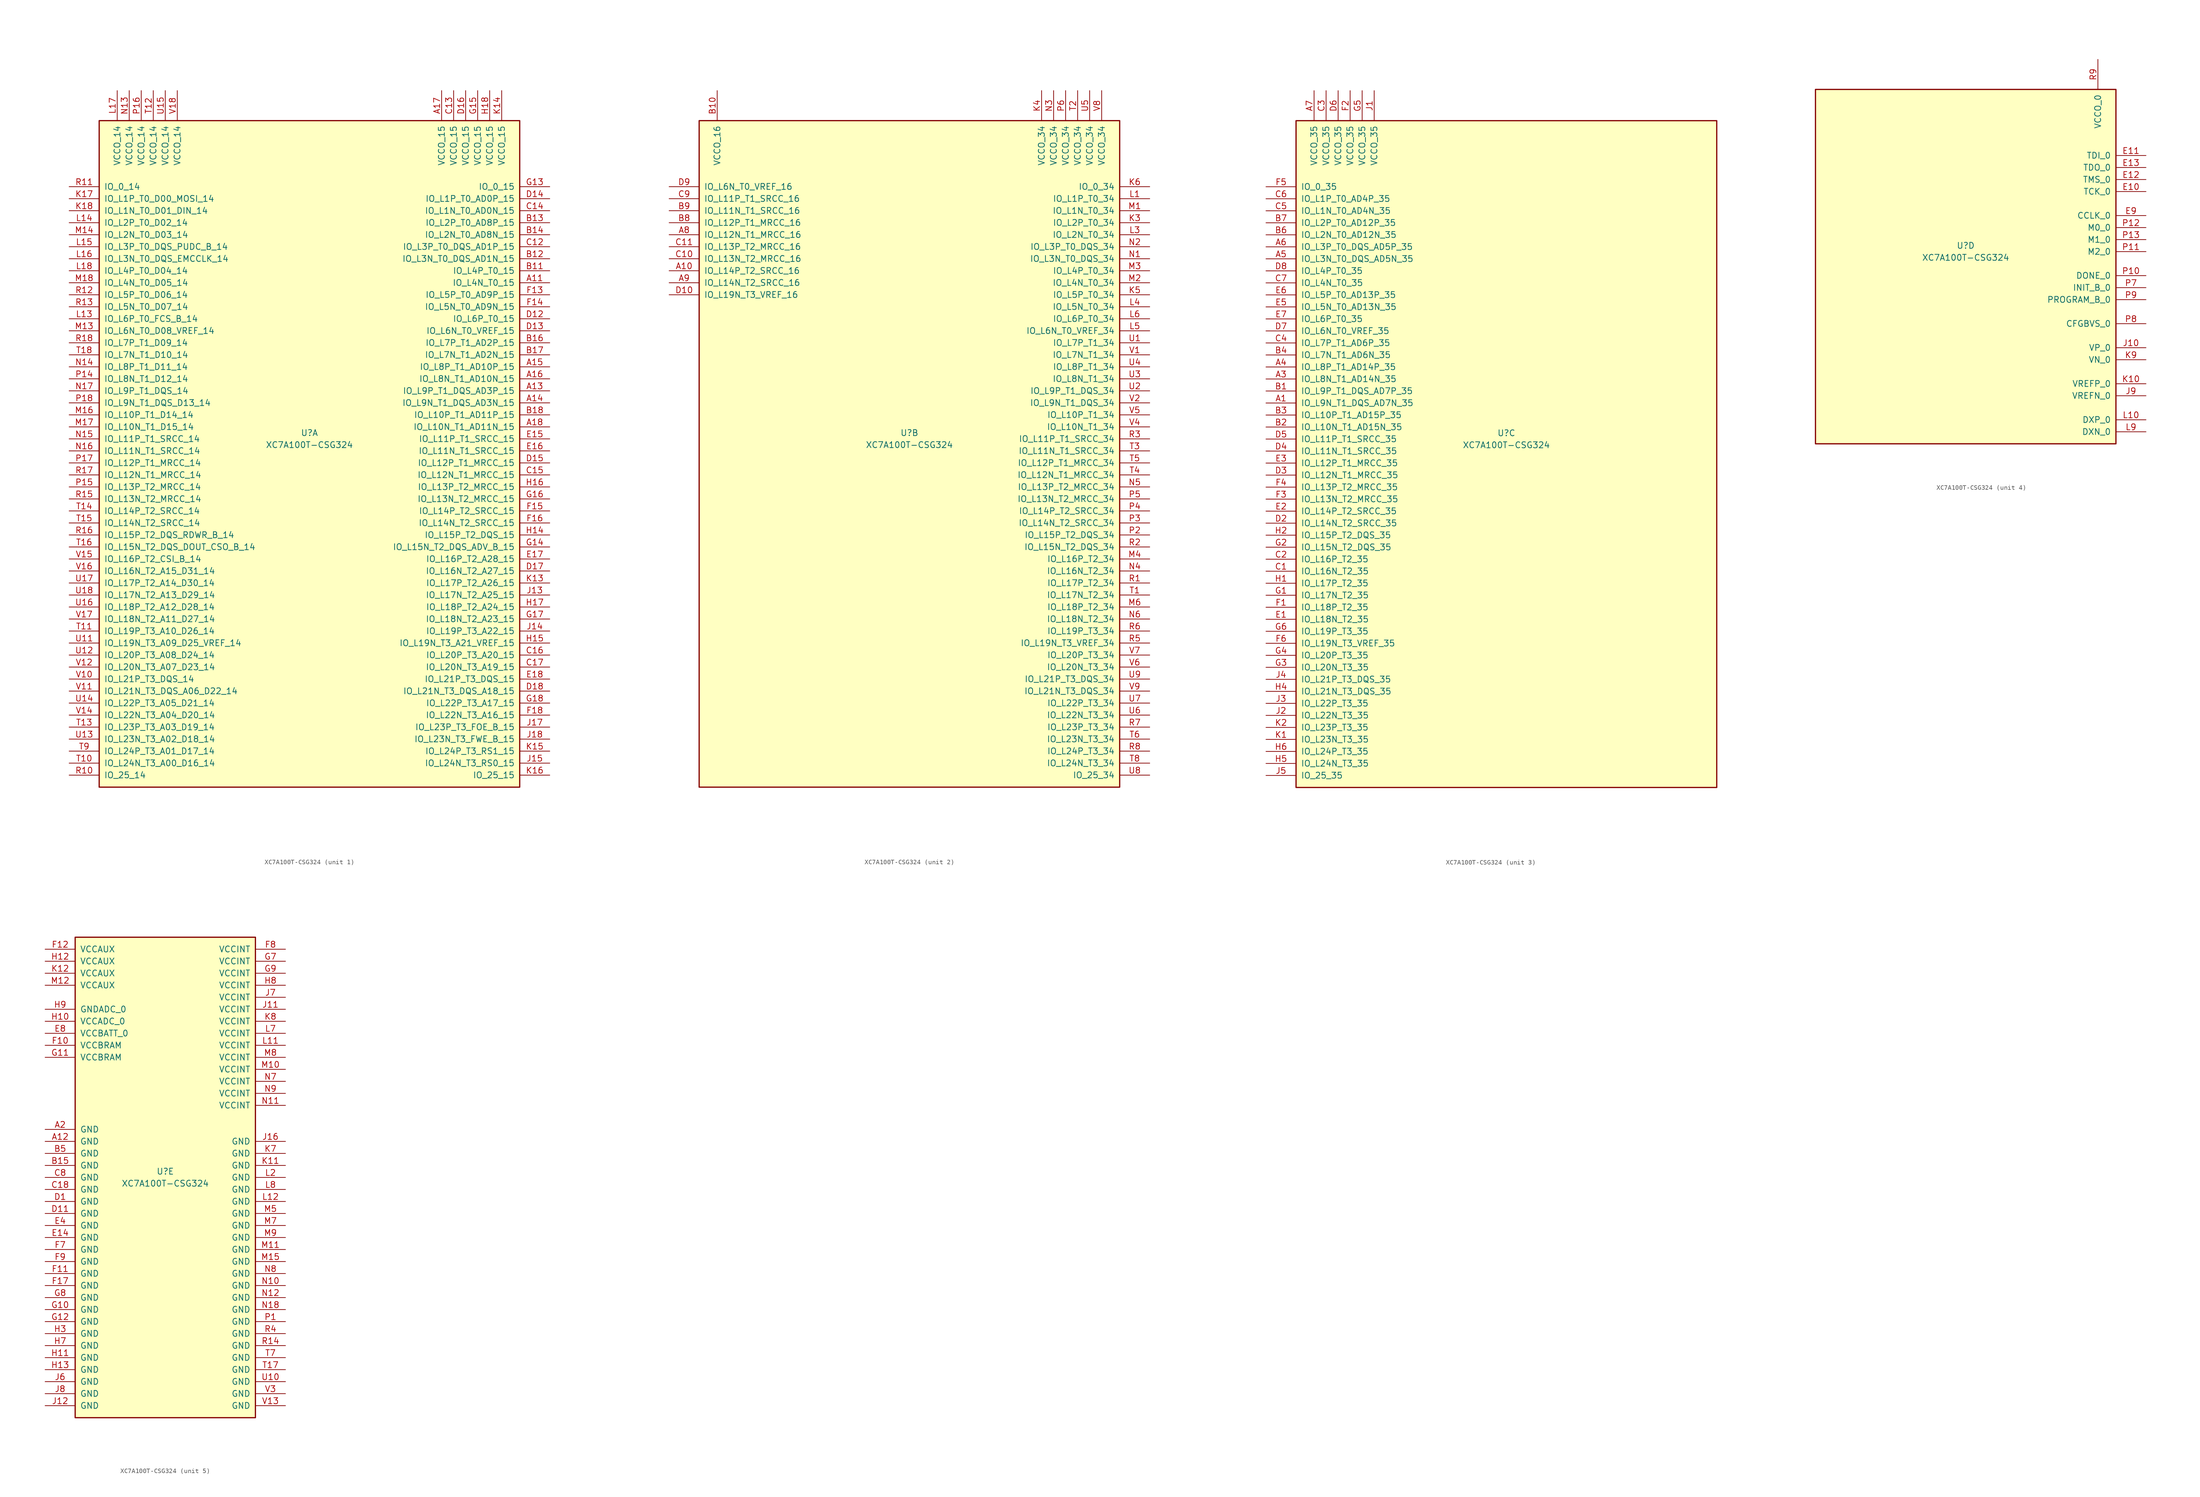
<source format=kicad_sym>
(kicad_symbol_lib
  (version 20201005)
  (generator kicad_symbol_editor)
  (symbol "FPGA_Xilinx_Artix7:XC7A100T-CSG324"
    (pin_names
      (offset 1.016))
    (property "Reference" "U"
      (at 0 1.27 0)
      (effects (font (size 1.27 1.27))))
    (property "Value" "XC7A100T-CSG324"
      (at 0 -1.27 0)
      (effects (font (size 1.27 1.27))))
    (property "Datasheet" ""
      (at 0 0 0)
      (effects (font (size 1.27 1.27))))
    (property "ki_locked" ""
      (at 0 0 0)
      (effects (font (size 1.27 1.27))))
    (symbol "XC7A100T-CSG324_1_1"
      (rectangle (start -44.45 67.31) (end 44.45 -73.66) (stroke (width 0.254)) (fill (type background)))
      (pin power_in line (at -40.64 73.66 270) (length 6.35) (name "VCCO_14" (effects (font (size 1.27 1.27)))) (number "L17" (effects (font (size 1.27 1.27)))))
      (pin power_in line (at -38.1 73.66 270) (length 6.35) (name "VCCO_14" (effects (font (size 1.27 1.27)))) (number "N13" (effects (font (size 1.27 1.27)))))
      (pin power_in line (at -35.56 73.66 270) (length 6.35) (name "VCCO_14" (effects (font (size 1.27 1.27)))) (number "P16" (effects (font (size 1.27 1.27)))))
      (pin power_in line (at -33.02 73.66 270) (length 6.35) (name "VCCO_14" (effects (font (size 1.27 1.27)))) (number "T12" (effects (font (size 1.27 1.27)))))
      (pin power_in line (at -30.48 73.66 270) (length 6.35) (name "VCCO_14" (effects (font (size 1.27 1.27)))) (number "U15" (effects (font (size 1.27 1.27)))))
      (pin power_in line (at -27.94 73.66 270) (length 6.35) (name "VCCO_14" (effects (font (size 1.27 1.27)))) (number "V18" (effects (font (size 1.27 1.27)))))
      (pin bidirectional line (at -50.8 53.34 0) (length 6.35) (name "IO_0_14" (effects (font (size 1.27 1.27)))) (number "R11" (effects (font (size 1.27 1.27)))))
      (pin bidirectional line (at -50.8 50.8 0) (length 6.35) (name "IO_L1P_T0_D00_MOSI_14" (effects (font (size 1.27 1.27)))) (number "K17" (effects (font (size 1.27 1.27)))))
      (pin bidirectional line (at -50.8 48.26 0) (length 6.35) (name "IO_L1N_T0_D01_DIN_14" (effects (font (size 1.27 1.27)))) (number "K18" (effects (font (size 1.27 1.27)))))
      (pin bidirectional line (at -50.8 45.72 0) (length 6.35) (name "IO_L2P_T0_D02_14" (effects (font (size 1.27 1.27)))) (number "L14" (effects (font (size 1.27 1.27)))))
      (pin bidirectional line (at -50.8 43.18 0) (length 6.35) (name "IO_L2N_T0_D03_14" (effects (font (size 1.27 1.27)))) (number "M14" (effects (font (size 1.27 1.27)))))
      (pin bidirectional line (at -50.8 40.64 0) (length 6.35) (name "IO_L3P_T0_DQS_PUDC_B_14" (effects (font (size 1.27 1.27)))) (number "L15" (effects (font (size 1.27 1.27)))))
      (pin bidirectional line (at -50.8 38.1 0) (length 6.35) (name "IO_L3N_T0_DQS_EMCCLK_14" (effects (font (size 1.27 1.27)))) (number "L16" (effects (font (size 1.27 1.27)))))
      (pin bidirectional line (at -50.8 35.56 0) (length 6.35) (name "IO_L4P_T0_D04_14" (effects (font (size 1.27 1.27)))) (number "L18" (effects (font (size 1.27 1.27)))))
      (pin bidirectional line (at -50.8 33.02 0) (length 6.35) (name "IO_L4N_T0_D05_14" (effects (font (size 1.27 1.27)))) (number "M18" (effects (font (size 1.27 1.27)))))
      (pin bidirectional line (at -50.8 30.48 0) (length 6.35) (name "IO_L5P_T0_D06_14" (effects (font (size 1.27 1.27)))) (number "R12" (effects (font (size 1.27 1.27)))))
      (pin bidirectional line (at -50.8 27.94 0) (length 6.35) (name "IO_L5N_T0_D07_14" (effects (font (size 1.27 1.27)))) (number "R13" (effects (font (size 1.27 1.27)))))
      (pin bidirectional line (at -50.8 25.4 0) (length 6.35) (name "IO_L6P_T0_FCS_B_14" (effects (font (size 1.27 1.27)))) (number "L13" (effects (font (size 1.27 1.27)))))
      (pin bidirectional line (at -50.8 22.86 0) (length 6.35) (name "IO_L6N_T0_D08_VREF_14" (effects (font (size 1.27 1.27)))) (number "M13" (effects (font (size 1.27 1.27)))))
      (pin bidirectional line (at -50.8 20.32 0) (length 6.35) (name "IO_L7P_T1_D09_14" (effects (font (size 1.27 1.27)))) (number "R18" (effects (font (size 1.27 1.27)))))
      (pin bidirectional line (at -50.8 17.78 0) (length 6.35) (name "IO_L7N_T1_D10_14" (effects (font (size 1.27 1.27)))) (number "T18" (effects (font (size 1.27 1.27)))))
      (pin bidirectional line (at -50.8 15.24 0) (length 6.35) (name "IO_L8P_T1_D11_14" (effects (font (size 1.27 1.27)))) (number "N14" (effects (font (size 1.27 1.27)))))
      (pin bidirectional line (at -50.8 12.7 0) (length 6.35) (name "IO_L8N_T1_D12_14" (effects (font (size 1.27 1.27)))) (number "P14" (effects (font (size 1.27 1.27)))))
      (pin bidirectional line (at -50.8 10.16 0) (length 6.35) (name "IO_L9P_T1_DQS_14" (effects (font (size 1.27 1.27)))) (number "N17" (effects (font (size 1.27 1.27)))))
      (pin bidirectional line (at -50.8 7.62 0) (length 6.35) (name "IO_L9N_T1_DQS_D13_14" (effects (font (size 1.27 1.27)))) (number "P18" (effects (font (size 1.27 1.27)))))
      (pin bidirectional line (at -50.8 5.08 0) (length 6.35) (name "IO_L10P_T1_D14_14" (effects (font (size 1.27 1.27)))) (number "M16" (effects (font (size 1.27 1.27)))))
      (pin bidirectional line (at -50.8 2.54 0) (length 6.35) (name "IO_L10N_T1_D15_14" (effects (font (size 1.27 1.27)))) (number "M17" (effects (font (size 1.27 1.27)))))
      (pin bidirectional line (at -50.8 0 0) (length 6.35) (name "IO_L11P_T1_SRCC_14" (effects (font (size 1.27 1.27)))) (number "N15" (effects (font (size 1.27 1.27)))))
      (pin bidirectional line (at -50.8 -2.54 0) (length 6.35) (name "IO_L11N_T1_SRCC_14" (effects (font (size 1.27 1.27)))) (number "N16" (effects (font (size 1.27 1.27)))))
      (pin bidirectional line (at -50.8 -5.08 0) (length 6.35) (name "IO_L12P_T1_MRCC_14" (effects (font (size 1.27 1.27)))) (number "P17" (effects (font (size 1.27 1.27)))))
      (pin bidirectional line (at -50.8 -7.62 0) (length 6.35) (name "IO_L12N_T1_MRCC_14" (effects (font (size 1.27 1.27)))) (number "R17" (effects (font (size 1.27 1.27)))))
      (pin bidirectional line (at -50.8 -10.16 0) (length 6.35) (name "IO_L13P_T2_MRCC_14" (effects (font (size 1.27 1.27)))) (number "P15" (effects (font (size 1.27 1.27)))))
      (pin bidirectional line (at -50.8 -12.7 0) (length 6.35) (name "IO_L13N_T2_MRCC_14" (effects (font (size 1.27 1.27)))) (number "R15" (effects (font (size 1.27 1.27)))))
      (pin bidirectional line (at -50.8 -15.24 0) (length 6.35) (name "IO_L14P_T2_SRCC_14" (effects (font (size 1.27 1.27)))) (number "T14" (effects (font (size 1.27 1.27)))))
      (pin bidirectional line (at -50.8 -17.78 0) (length 6.35) (name "IO_L14N_T2_SRCC_14" (effects (font (size 1.27 1.27)))) (number "T15" (effects (font (size 1.27 1.27)))))
      (pin bidirectional line (at -50.8 -20.32 0) (length 6.35) (name "IO_L15P_T2_DQS_RDWR_B_14" (effects (font (size 1.27 1.27)))) (number "R16" (effects (font (size 1.27 1.27)))))
      (pin bidirectional line (at -50.8 -22.86 0) (length 6.35) (name "IO_L15N_T2_DQS_DOUT_CSO_B_14" (effects (font (size 1.27 1.27)))) (number "T16" (effects (font (size 1.27 1.27)))))
      (pin bidirectional line (at -50.8 -25.4 0) (length 6.35) (name "IO_L16P_T2_CSI_B_14" (effects (font (size 1.27 1.27)))) (number "V15" (effects (font (size 1.27 1.27)))))
      (pin bidirectional line (at -50.8 -27.94 0) (length 6.35) (name "IO_L16N_T2_A15_D31_14" (effects (font (size 1.27 1.27)))) (number "V16" (effects (font (size 1.27 1.27)))))
      (pin bidirectional line (at -50.8 -30.48 0) (length 6.35) (name "IO_L17P_T2_A14_D30_14" (effects (font (size 1.27 1.27)))) (number "U17" (effects (font (size 1.27 1.27)))))
      (pin bidirectional line (at -50.8 -33.02 0) (length 6.35) (name "IO_L17N_T2_A13_D29_14" (effects (font (size 1.27 1.27)))) (number "U18" (effects (font (size 1.27 1.27)))))
      (pin bidirectional line (at -50.8 -35.56 0) (length 6.35) (name "IO_L18P_T2_A12_D28_14" (effects (font (size 1.27 1.27)))) (number "U16" (effects (font (size 1.27 1.27)))))
      (pin bidirectional line (at -50.8 -38.1 0) (length 6.35) (name "IO_L18N_T2_A11_D27_14" (effects (font (size 1.27 1.27)))) (number "V17" (effects (font (size 1.27 1.27)))))
      (pin bidirectional line (at -50.8 -40.64 0) (length 6.35) (name "IO_L19P_T3_A10_D26_14" (effects (font (size 1.27 1.27)))) (number "T11" (effects (font (size 1.27 1.27)))))
      (pin bidirectional line (at -50.8 -43.18 0) (length 6.35) (name "IO_L19N_T3_A09_D25_VREF_14" (effects (font (size 1.27 1.27)))) (number "U11" (effects (font (size 1.27 1.27)))))
      (pin bidirectional line (at -50.8 -45.72 0) (length 6.35) (name "IO_L20P_T3_A08_D24_14" (effects (font (size 1.27 1.27)))) (number "U12" (effects (font (size 1.27 1.27)))))
      (pin bidirectional line (at -50.8 -48.26 0) (length 6.35) (name "IO_L20N_T3_A07_D23_14" (effects (font (size 1.27 1.27)))) (number "V12" (effects (font (size 1.27 1.27)))))
      (pin bidirectional line (at -50.8 -50.8 0) (length 6.35) (name "IO_L21P_T3_DQS_14" (effects (font (size 1.27 1.27)))) (number "V10" (effects (font (size 1.27 1.27)))))
      (pin bidirectional line (at -50.8 -53.34 0) (length 6.35) (name "IO_L21N_T3_DQS_A06_D22_14" (effects (font (size 1.27 1.27)))) (number "V11" (effects (font (size 1.27 1.27)))))
      (pin bidirectional line (at -50.8 -55.88 0) (length 6.35) (name "IO_L22P_T3_A05_D21_14" (effects (font (size 1.27 1.27)))) (number "U14" (effects (font (size 1.27 1.27)))))
      (pin bidirectional line (at -50.8 -58.42 0) (length 6.35) (name "IO_L22N_T3_A04_D20_14" (effects (font (size 1.27 1.27)))) (number "V14" (effects (font (size 1.27 1.27)))))
      (pin bidirectional line (at -50.8 -60.96 0) (length 6.35) (name "IO_L23P_T3_A03_D19_14" (effects (font (size 1.27 1.27)))) (number "T13" (effects (font (size 1.27 1.27)))))
      (pin bidirectional line (at -50.8 -63.5 0) (length 6.35) (name "IO_L23N_T3_A02_D18_14" (effects (font (size 1.27 1.27)))) (number "U13" (effects (font (size 1.27 1.27)))))
      (pin bidirectional line (at -50.8 -66.04 0) (length 6.35) (name "IO_L24P_T3_A01_D17_14" (effects (font (size 1.27 1.27)))) (number "T9" (effects (font (size 1.27 1.27)))))
      (pin bidirectional line (at -50.8 -68.58 0) (length 6.35) (name "IO_L24N_T3_A00_D16_14" (effects (font (size 1.27 1.27)))) (number "T10" (effects (font (size 1.27 1.27)))))
      (pin bidirectional line (at -50.8 -71.12 0) (length 6.35) (name "IO_25_14" (effects (font (size 1.27 1.27)))) (number "R10" (effects (font (size 1.27 1.27)))))
      (pin power_in line (at 27.94 73.66 270) (length 6.35) (name "VCCO_15" (effects (font (size 1.27 1.27)))) (number "A17" (effects (font (size 1.27 1.27)))))
      (pin power_in line (at 30.48 73.66 270) (length 6.35) (name "VCCO_15" (effects (font (size 1.27 1.27)))) (number "C13" (effects (font (size 1.27 1.27)))))
      (pin power_in line (at 33.02 73.66 270) (length 6.35) (name "VCCO_15" (effects (font (size 1.27 1.27)))) (number "D16" (effects (font (size 1.27 1.27)))))
      (pin power_in line (at 35.56 73.66 270) (length 6.35) (name "VCCO_15" (effects (font (size 1.27 1.27)))) (number "G15" (effects (font (size 1.27 1.27)))))
      (pin power_in line (at 38.1 73.66 270) (length 6.35) (name "VCCO_15" (effects (font (size 1.27 1.27)))) (number "H18" (effects (font (size 1.27 1.27)))))
      (pin power_in line (at 40.64 73.66 270) (length 6.35) (name "VCCO_15" (effects (font (size 1.27 1.27)))) (number "K14" (effects (font (size 1.27 1.27)))))
      (pin bidirectional line (at 50.8 53.34 180) (length 6.35) (name "IO_0_15" (effects (font (size 1.27 1.27)))) (number "G13" (effects (font (size 1.27 1.27)))))
      (pin bidirectional line (at 50.8 50.8 180) (length 6.35) (name "IO_L1P_T0_AD0P_15" (effects (font (size 1.27 1.27)))) (number "D14" (effects (font (size 1.27 1.27)))))
      (pin bidirectional line (at 50.8 48.26 180) (length 6.35) (name "IO_L1N_T0_AD0N_15" (effects (font (size 1.27 1.27)))) (number "C14" (effects (font (size 1.27 1.27)))))
      (pin bidirectional line (at 50.8 45.72 180) (length 6.35) (name "IO_L2P_T0_AD8P_15" (effects (font (size 1.27 1.27)))) (number "B13" (effects (font (size 1.27 1.27)))))
      (pin bidirectional line (at 50.8 43.18 180) (length 6.35) (name "IO_L2N_T0_AD8N_15" (effects (font (size 1.27 1.27)))) (number "B14" (effects (font (size 1.27 1.27)))))
      (pin bidirectional line (at 50.8 40.64 180) (length 6.35) (name "IO_L3P_T0_DQS_AD1P_15" (effects (font (size 1.27 1.27)))) (number "C12" (effects (font (size 1.27 1.27)))))
      (pin bidirectional line (at 50.8 38.1 180) (length 6.35) (name "IO_L3N_T0_DQS_AD1N_15" (effects (font (size 1.27 1.27)))) (number "B12" (effects (font (size 1.27 1.27)))))
      (pin bidirectional line (at 50.8 35.56 180) (length 6.35) (name "IO_L4P_T0_15" (effects (font (size 1.27 1.27)))) (number "B11" (effects (font (size 1.27 1.27)))))
      (pin bidirectional line (at 50.8 33.02 180) (length 6.35) (name "IO_L4N_T0_15" (effects (font (size 1.27 1.27)))) (number "A11" (effects (font (size 1.27 1.27)))))
      (pin bidirectional line (at 50.8 30.48 180) (length 6.35) (name "IO_L5P_T0_AD9P_15" (effects (font (size 1.27 1.27)))) (number "F13" (effects (font (size 1.27 1.27)))))
      (pin bidirectional line (at 50.8 27.94 180) (length 6.35) (name "IO_L5N_T0_AD9N_15" (effects (font (size 1.27 1.27)))) (number "F14" (effects (font (size 1.27 1.27)))))
      (pin bidirectional line (at 50.8 25.4 180) (length 6.35) (name "IO_L6P_T0_15" (effects (font (size 1.27 1.27)))) (number "D12" (effects (font (size 1.27 1.27)))))
      (pin bidirectional line (at 50.8 22.86 180) (length 6.35) (name "IO_L6N_T0_VREF_15" (effects (font (size 1.27 1.27)))) (number "D13" (effects (font (size 1.27 1.27)))))
      (pin bidirectional line (at 50.8 20.32 180) (length 6.35) (name "IO_L7P_T1_AD2P_15" (effects (font (size 1.27 1.27)))) (number "B16" (effects (font (size 1.27 1.27)))))
      (pin bidirectional line (at 50.8 17.78 180) (length 6.35) (name "IO_L7N_T1_AD2N_15" (effects (font (size 1.27 1.27)))) (number "B17" (effects (font (size 1.27 1.27)))))
      (pin bidirectional line (at 50.8 15.24 180) (length 6.35) (name "IO_L8P_T1_AD10P_15" (effects (font (size 1.27 1.27)))) (number "A15" (effects (font (size 1.27 1.27)))))
      (pin bidirectional line (at 50.8 12.7 180) (length 6.35) (name "IO_L8N_T1_AD10N_15" (effects (font (size 1.27 1.27)))) (number "A16" (effects (font (size 1.27 1.27)))))
      (pin bidirectional line (at 50.8 10.16 180) (length 6.35) (name "IO_L9P_T1_DQS_AD3P_15" (effects (font (size 1.27 1.27)))) (number "A13" (effects (font (size 1.27 1.27)))))
      (pin bidirectional line (at 50.8 7.62 180) (length 6.35) (name "IO_L9N_T1_DQS_AD3N_15" (effects (font (size 1.27 1.27)))) (number "A14" (effects (font (size 1.27 1.27)))))
      (pin bidirectional line (at 50.8 5.08 180) (length 6.35) (name "IO_L10P_T1_AD11P_15" (effects (font (size 1.27 1.27)))) (number "B18" (effects (font (size 1.27 1.27)))))
      (pin bidirectional line (at 50.8 2.54 180) (length 6.35) (name "IO_L10N_T1_AD11N_15" (effects (font (size 1.27 1.27)))) (number "A18" (effects (font (size 1.27 1.27)))))
      (pin bidirectional line (at 50.8 0 180) (length 6.35) (name "IO_L11P_T1_SRCC_15" (effects (font (size 1.27 1.27)))) (number "E15" (effects (font (size 1.27 1.27)))))
      (pin bidirectional line (at 50.8 -2.54 180) (length 6.35) (name "IO_L11N_T1_SRCC_15" (effects (font (size 1.27 1.27)))) (number "E16" (effects (font (size 1.27 1.27)))))
      (pin bidirectional line (at 50.8 -5.08 180) (length 6.35) (name "IO_L12P_T1_MRCC_15" (effects (font (size 1.27 1.27)))) (number "D15" (effects (font (size 1.27 1.27)))))
      (pin bidirectional line (at 50.8 -7.62 180) (length 6.35) (name "IO_L12N_T1_MRCC_15" (effects (font (size 1.27 1.27)))) (number "C15" (effects (font (size 1.27 1.27)))))
      (pin bidirectional line (at 50.8 -10.16 180) (length 6.35) (name "IO_L13P_T2_MRCC_15" (effects (font (size 1.27 1.27)))) (number "H16" (effects (font (size 1.27 1.27)))))
      (pin bidirectional line (at 50.8 -12.7 180) (length 6.35) (name "IO_L13N_T2_MRCC_15" (effects (font (size 1.27 1.27)))) (number "G16" (effects (font (size 1.27 1.27)))))
      (pin bidirectional line (at 50.8 -15.24 180) (length 6.35) (name "IO_L14P_T2_SRCC_15" (effects (font (size 1.27 1.27)))) (number "F15" (effects (font (size 1.27 1.27)))))
      (pin bidirectional line (at 50.8 -17.78 180) (length 6.35) (name "IO_L14N_T2_SRCC_15" (effects (font (size 1.27 1.27)))) (number "F16" (effects (font (size 1.27 1.27)))))
      (pin bidirectional line (at 50.8 -20.32 180) (length 6.35) (name "IO_L15P_T2_DQS_15" (effects (font (size 1.27 1.27)))) (number "H14" (effects (font (size 1.27 1.27)))))
      (pin bidirectional line (at 50.8 -22.86 180) (length 6.35) (name "IO_L15N_T2_DQS_ADV_B_15" (effects (font (size 1.27 1.27)))) (number "G14" (effects (font (size 1.27 1.27)))))
      (pin bidirectional line (at 50.8 -25.4 180) (length 6.35) (name "IO_L16P_T2_A28_15" (effects (font (size 1.27 1.27)))) (number "E17" (effects (font (size 1.27 1.27)))))
      (pin bidirectional line (at 50.8 -27.94 180) (length 6.35) (name "IO_L16N_T2_A27_15" (effects (font (size 1.27 1.27)))) (number "D17" (effects (font (size 1.27 1.27)))))
      (pin bidirectional line (at 50.8 -30.48 180) (length 6.35) (name "IO_L17P_T2_A26_15" (effects (font (size 1.27 1.27)))) (number "K13" (effects (font (size 1.27 1.27)))))
      (pin bidirectional line (at 50.8 -33.02 180) (length 6.35) (name "IO_L17N_T2_A25_15" (effects (font (size 1.27 1.27)))) (number "J13" (effects (font (size 1.27 1.27)))))
      (pin bidirectional line (at 50.8 -35.56 180) (length 6.35) (name "IO_L18P_T2_A24_15" (effects (font (size 1.27 1.27)))) (number "H17" (effects (font (size 1.27 1.27)))))
      (pin bidirectional line (at 50.8 -38.1 180) (length 6.35) (name "IO_L18N_T2_A23_15" (effects (font (size 1.27 1.27)))) (number "G17" (effects (font (size 1.27 1.27)))))
      (pin bidirectional line (at 50.8 -40.64 180) (length 6.35) (name "IO_L19P_T3_A22_15" (effects (font (size 1.27 1.27)))) (number "J14" (effects (font (size 1.27 1.27)))))
      (pin bidirectional line (at 50.8 -43.18 180) (length 6.35) (name "IO_L19N_T3_A21_VREF_15" (effects (font (size 1.27 1.27)))) (number "H15" (effects (font (size 1.27 1.27)))))
      (pin bidirectional line (at 50.8 -45.72 180) (length 6.35) (name "IO_L20P_T3_A20_15" (effects (font (size 1.27 1.27)))) (number "C16" (effects (font (size 1.27 1.27)))))
      (pin bidirectional line (at 50.8 -48.26 180) (length 6.35) (name "IO_L20N_T3_A19_15" (effects (font (size 1.27 1.27)))) (number "C17" (effects (font (size 1.27 1.27)))))
      (pin bidirectional line (at 50.8 -50.8 180) (length 6.35) (name "IO_L21P_T3_DQS_15" (effects (font (size 1.27 1.27)))) (number "E18" (effects (font (size 1.27 1.27)))))
      (pin bidirectional line (at 50.8 -53.34 180) (length 6.35) (name "IO_L21N_T3_DQS_A18_15" (effects (font (size 1.27 1.27)))) (number "D18" (effects (font (size 1.27 1.27)))))
      (pin bidirectional line (at 50.8 -55.88 180) (length 6.35) (name "IO_L22P_T3_A17_15" (effects (font (size 1.27 1.27)))) (number "G18" (effects (font (size 1.27 1.27)))))
      (pin bidirectional line (at 50.8 -58.42 180) (length 6.35) (name "IO_L22N_T3_A16_15" (effects (font (size 1.27 1.27)))) (number "F18" (effects (font (size 1.27 1.27)))))
      (pin bidirectional line (at 50.8 -60.96 180) (length 6.35) (name "IO_L23P_T3_FOE_B_15" (effects (font (size 1.27 1.27)))) (number "J17" (effects (font (size 1.27 1.27)))))
      (pin bidirectional line (at 50.8 -63.5 180) (length 6.35) (name "IO_L23N_T3_FWE_B_15" (effects (font (size 1.27 1.27)))) (number "J18" (effects (font (size 1.27 1.27)))))
      (pin bidirectional line (at 50.8 -66.04 180) (length 6.35) (name "IO_L24P_T3_RS1_15" (effects (font (size 1.27 1.27)))) (number "K15" (effects (font (size 1.27 1.27)))))
      (pin bidirectional line (at 50.8 -68.58 180) (length 6.35) (name "IO_L24N_T3_RS0_15" (effects (font (size 1.27 1.27)))) (number "J15" (effects (font (size 1.27 1.27)))))
      (pin bidirectional line (at 50.8 -71.12 180) (length 6.35) (name "IO_25_15" (effects (font (size 1.27 1.27)))) (number "K16" (effects (font (size 1.27 1.27))))))
    (symbol "XC7A100T-CSG324_2_1"
      (rectangle (start -44.45 67.31) (end 44.45 -73.66) (stroke (width 0.254)) (fill (type background)))
      (pin power_in line (at -40.64 73.66 270) (length 6.35) (name "VCCO_16" (effects (font (size 1.27 1.27)))) (number "B10" (effects (font (size 1.27 1.27)))))
      (pin bidirectional line (at -50.8 53.34 0) (length 6.35) (name "IO_L6N_T0_VREF_16" (effects (font (size 1.27 1.27)))) (number "D9" (effects (font (size 1.27 1.27)))))
      (pin bidirectional line (at -50.8 50.8 0) (length 6.35) (name "IO_L11P_T1_SRCC_16" (effects (font (size 1.27 1.27)))) (number "C9" (effects (font (size 1.27 1.27)))))
      (pin bidirectional line (at -50.8 48.26 0) (length 6.35) (name "IO_L11N_T1_SRCC_16" (effects (font (size 1.27 1.27)))) (number "B9" (effects (font (size 1.27 1.27)))))
      (pin bidirectional line (at -50.8 45.72 0) (length 6.35) (name "IO_L12P_T1_MRCC_16" (effects (font (size 1.27 1.27)))) (number "B8" (effects (font (size 1.27 1.27)))))
      (pin bidirectional line (at -50.8 43.18 0) (length 6.35) (name "IO_L12N_T1_MRCC_16" (effects (font (size 1.27 1.27)))) (number "A8" (effects (font (size 1.27 1.27)))))
      (pin bidirectional line (at -50.8 40.64 0) (length 6.35) (name "IO_L13P_T2_MRCC_16" (effects (font (size 1.27 1.27)))) (number "C11" (effects (font (size 1.27 1.27)))))
      (pin bidirectional line (at -50.8 38.1 0) (length 6.35) (name "IO_L13N_T2_MRCC_16" (effects (font (size 1.27 1.27)))) (number "C10" (effects (font (size 1.27 1.27)))))
      (pin bidirectional line (at -50.8 35.56 0) (length 6.35) (name "IO_L14P_T2_SRCC_16" (effects (font (size 1.27 1.27)))) (number "A10" (effects (font (size 1.27 1.27)))))
      (pin bidirectional line (at -50.8 33.02 0) (length 6.35) (name "IO_L14N_T2_SRCC_16" (effects (font (size 1.27 1.27)))) (number "A9" (effects (font (size 1.27 1.27)))))
      (pin bidirectional line (at -50.8 30.48 0) (length 6.35) (name "IO_L19N_T3_VREF_16" (effects (font (size 1.27 1.27)))) (number "D10" (effects (font (size 1.27 1.27)))))
      (pin power_in line (at 27.94 73.66 270) (length 6.35) (name "VCCO_34" (effects (font (size 1.27 1.27)))) (number "K4" (effects (font (size 1.27 1.27)))))
      (pin power_in line (at 30.48 73.66 270) (length 6.35) (name "VCCO_34" (effects (font (size 1.27 1.27)))) (number "N3" (effects (font (size 1.27 1.27)))))
      (pin power_in line (at 33.02 73.66 270) (length 6.35) (name "VCCO_34" (effects (font (size 1.27 1.27)))) (number "P6" (effects (font (size 1.27 1.27)))))
      (pin power_in line (at 35.56 73.66 270) (length 6.35) (name "VCCO_34" (effects (font (size 1.27 1.27)))) (number "T2" (effects (font (size 1.27 1.27)))))
      (pin power_in line (at 38.1 73.66 270) (length 6.35) (name "VCCO_34" (effects (font (size 1.27 1.27)))) (number "U5" (effects (font (size 1.27 1.27)))))
      (pin power_in line (at 40.64 73.66 270) (length 6.35) (name "VCCO_34" (effects (font (size 1.27 1.27)))) (number "V8" (effects (font (size 1.27 1.27)))))
      (pin bidirectional line (at 50.8 53.34 180) (length 6.35) (name "IO_0_34" (effects (font (size 1.27 1.27)))) (number "K6" (effects (font (size 1.27 1.27)))))
      (pin bidirectional line (at 50.8 50.8 180) (length 6.35) (name "IO_L1P_T0_34" (effects (font (size 1.27 1.27)))) (number "L1" (effects (font (size 1.27 1.27)))))
      (pin bidirectional line (at 50.8 48.26 180) (length 6.35) (name "IO_L1N_T0_34" (effects (font (size 1.27 1.27)))) (number "M1" (effects (font (size 1.27 1.27)))))
      (pin bidirectional line (at 50.8 45.72 180) (length 6.35) (name "IO_L2P_T0_34" (effects (font (size 1.27 1.27)))) (number "K3" (effects (font (size 1.27 1.27)))))
      (pin bidirectional line (at 50.8 43.18 180) (length 6.35) (name "IO_L2N_T0_34" (effects (font (size 1.27 1.27)))) (number "L3" (effects (font (size 1.27 1.27)))))
      (pin bidirectional line (at 50.8 40.64 180) (length 6.35) (name "IO_L3P_T0_DQS_34" (effects (font (size 1.27 1.27)))) (number "N2" (effects (font (size 1.27 1.27)))))
      (pin bidirectional line (at 50.8 38.1 180) (length 6.35) (name "IO_L3N_T0_DQS_34" (effects (font (size 1.27 1.27)))) (number "N1" (effects (font (size 1.27 1.27)))))
      (pin bidirectional line (at 50.8 35.56 180) (length 6.35) (name "IO_L4P_T0_34" (effects (font (size 1.27 1.27)))) (number "M3" (effects (font (size 1.27 1.27)))))
      (pin bidirectional line (at 50.8 33.02 180) (length 6.35) (name "IO_L4N_T0_34" (effects (font (size 1.27 1.27)))) (number "M2" (effects (font (size 1.27 1.27)))))
      (pin bidirectional line (at 50.8 30.48 180) (length 6.35) (name "IO_L5P_T0_34" (effects (font (size 1.27 1.27)))) (number "K5" (effects (font (size 1.27 1.27)))))
      (pin bidirectional line (at 50.8 27.94 180) (length 6.35) (name "IO_L5N_T0_34" (effects (font (size 1.27 1.27)))) (number "L4" (effects (font (size 1.27 1.27)))))
      (pin bidirectional line (at 50.8 25.4 180) (length 6.35) (name "IO_L6P_T0_34" (effects (font (size 1.27 1.27)))) (number "L6" (effects (font (size 1.27 1.27)))))
      (pin bidirectional line (at 50.8 22.86 180) (length 6.35) (name "IO_L6N_T0_VREF_34" (effects (font (size 1.27 1.27)))) (number "L5" (effects (font (size 1.27 1.27)))))
      (pin bidirectional line (at 50.8 20.32 180) (length 6.35) (name "IO_L7P_T1_34" (effects (font (size 1.27 1.27)))) (number "U1" (effects (font (size 1.27 1.27)))))
      (pin bidirectional line (at 50.8 17.78 180) (length 6.35) (name "IO_L7N_T1_34" (effects (font (size 1.27 1.27)))) (number "V1" (effects (font (size 1.27 1.27)))))
      (pin bidirectional line (at 50.8 15.24 180) (length 6.35) (name "IO_L8P_T1_34" (effects (font (size 1.27 1.27)))) (number "U4" (effects (font (size 1.27 1.27)))))
      (pin bidirectional line (at 50.8 12.7 180) (length 6.35) (name "IO_L8N_T1_34" (effects (font (size 1.27 1.27)))) (number "U3" (effects (font (size 1.27 1.27)))))
      (pin bidirectional line (at 50.8 10.16 180) (length 6.35) (name "IO_L9P_T1_DQS_34" (effects (font (size 1.27 1.27)))) (number "U2" (effects (font (size 1.27 1.27)))))
      (pin bidirectional line (at 50.8 7.62 180) (length 6.35) (name "IO_L9N_T1_DQS_34" (effects (font (size 1.27 1.27)))) (number "V2" (effects (font (size 1.27 1.27)))))
      (pin bidirectional line (at 50.8 5.08 180) (length 6.35) (name "IO_L10P_T1_34" (effects (font (size 1.27 1.27)))) (number "V5" (effects (font (size 1.27 1.27)))))
      (pin bidirectional line (at 50.8 2.54 180) (length 6.35) (name "IO_L10N_T1_34" (effects (font (size 1.27 1.27)))) (number "V4" (effects (font (size 1.27 1.27)))))
      (pin bidirectional line (at 50.8 0 180) (length 6.35) (name "IO_L11P_T1_SRCC_34" (effects (font (size 1.27 1.27)))) (number "R3" (effects (font (size 1.27 1.27)))))
      (pin bidirectional line (at 50.8 -2.54 180) (length 6.35) (name "IO_L11N_T1_SRCC_34" (effects (font (size 1.27 1.27)))) (number "T3" (effects (font (size 1.27 1.27)))))
      (pin bidirectional line (at 50.8 -5.08 180) (length 6.35) (name "IO_L12P_T1_MRCC_34" (effects (font (size 1.27 1.27)))) (number "T5" (effects (font (size 1.27 1.27)))))
      (pin bidirectional line (at 50.8 -7.62 180) (length 6.35) (name "IO_L12N_T1_MRCC_34" (effects (font (size 1.27 1.27)))) (number "T4" (effects (font (size 1.27 1.27)))))
      (pin bidirectional line (at 50.8 -10.16 180) (length 6.35) (name "IO_L13P_T2_MRCC_34" (effects (font (size 1.27 1.27)))) (number "N5" (effects (font (size 1.27 1.27)))))
      (pin bidirectional line (at 50.8 -12.7 180) (length 6.35) (name "IO_L13N_T2_MRCC_34" (effects (font (size 1.27 1.27)))) (number "P5" (effects (font (size 1.27 1.27)))))
      (pin bidirectional line (at 50.8 -15.24 180) (length 6.35) (name "IO_L14P_T2_SRCC_34" (effects (font (size 1.27 1.27)))) (number "P4" (effects (font (size 1.27 1.27)))))
      (pin bidirectional line (at 50.8 -17.78 180) (length 6.35) (name "IO_L14N_T2_SRCC_34" (effects (font (size 1.27 1.27)))) (number "P3" (effects (font (size 1.27 1.27)))))
      (pin bidirectional line (at 50.8 -20.32 180) (length 6.35) (name "IO_L15P_T2_DQS_34" (effects (font (size 1.27 1.27)))) (number "P2" (effects (font (size 1.27 1.27)))))
      (pin bidirectional line (at 50.8 -22.86 180) (length 6.35) (name "IO_L15N_T2_DQS_34" (effects (font (size 1.27 1.27)))) (number "R2" (effects (font (size 1.27 1.27)))))
      (pin bidirectional line (at 50.8 -25.4 180) (length 6.35) (name "IO_L16P_T2_34" (effects (font (size 1.27 1.27)))) (number "M4" (effects (font (size 1.27 1.27)))))
      (pin bidirectional line (at 50.8 -27.94 180) (length 6.35) (name "IO_L16N_T2_34" (effects (font (size 1.27 1.27)))) (number "N4" (effects (font (size 1.27 1.27)))))
      (pin bidirectional line (at 50.8 -30.48 180) (length 6.35) (name "IO_L17P_T2_34" (effects (font (size 1.27 1.27)))) (number "R1" (effects (font (size 1.27 1.27)))))
      (pin bidirectional line (at 50.8 -33.02 180) (length 6.35) (name "IO_L17N_T2_34" (effects (font (size 1.27 1.27)))) (number "T1" (effects (font (size 1.27 1.27)))))
      (pin bidirectional line (at 50.8 -35.56 180) (length 6.35) (name "IO_L18P_T2_34" (effects (font (size 1.27 1.27)))) (number "M6" (effects (font (size 1.27 1.27)))))
      (pin bidirectional line (at 50.8 -38.1 180) (length 6.35) (name "IO_L18N_T2_34" (effects (font (size 1.27 1.27)))) (number "N6" (effects (font (size 1.27 1.27)))))
      (pin bidirectional line (at 50.8 -40.64 180) (length 6.35) (name "IO_L19P_T3_34" (effects (font (size 1.27 1.27)))) (number "R6" (effects (font (size 1.27 1.27)))))
      (pin bidirectional line (at 50.8 -43.18 180) (length 6.35) (name "IO_L19N_T3_VREF_34" (effects (font (size 1.27 1.27)))) (number "R5" (effects (font (size 1.27 1.27)))))
      (pin bidirectional line (at 50.8 -45.72 180) (length 6.35) (name "IO_L20P_T3_34" (effects (font (size 1.27 1.27)))) (number "V7" (effects (font (size 1.27 1.27)))))
      (pin bidirectional line (at 50.8 -48.26 180) (length 6.35) (name "IO_L20N_T3_34" (effects (font (size 1.27 1.27)))) (number "V6" (effects (font (size 1.27 1.27)))))
      (pin bidirectional line (at 50.8 -50.8 180) (length 6.35) (name "IO_L21P_T3_DQS_34" (effects (font (size 1.27 1.27)))) (number "U9" (effects (font (size 1.27 1.27)))))
      (pin bidirectional line (at 50.8 -53.34 180) (length 6.35) (name "IO_L21N_T3_DQS_34" (effects (font (size 1.27 1.27)))) (number "V9" (effects (font (size 1.27 1.27)))))
      (pin bidirectional line (at 50.8 -55.88 180) (length 6.35) (name "IO_L22P_T3_34" (effects (font (size 1.27 1.27)))) (number "U7" (effects (font (size 1.27 1.27)))))
      (pin bidirectional line (at 50.8 -58.42 180) (length 6.35) (name "IO_L22N_T3_34" (effects (font (size 1.27 1.27)))) (number "U6" (effects (font (size 1.27 1.27)))))
      (pin bidirectional line (at 50.8 -60.96 180) (length 6.35) (name "IO_L23P_T3_34" (effects (font (size 1.27 1.27)))) (number "R7" (effects (font (size 1.27 1.27)))))
      (pin bidirectional line (at 50.8 -63.5 180) (length 6.35) (name "IO_L23N_T3_34" (effects (font (size 1.27 1.27)))) (number "T6" (effects (font (size 1.27 1.27)))))
      (pin bidirectional line (at 50.8 -66.04 180) (length 6.35) (name "IO_L24P_T3_34" (effects (font (size 1.27 1.27)))) (number "R8" (effects (font (size 1.27 1.27)))))
      (pin bidirectional line (at 50.8 -68.58 180) (length 6.35) (name "IO_L24N_T3_34" (effects (font (size 1.27 1.27)))) (number "T8" (effects (font (size 1.27 1.27)))))
      (pin bidirectional line (at 50.8 -71.12 180) (length 6.35) (name "IO_25_34" (effects (font (size 1.27 1.27)))) (number "U8" (effects (font (size 1.27 1.27))))))
    (symbol "XC7A100T-CSG324_3_1"
      (rectangle (start -44.45 67.31) (end 44.45 -73.66) (stroke (width 0.254)) (fill (type background)))
      (pin power_in line (at -40.64 73.66 270) (length 6.35) (name "VCCO_35" (effects (font (size 1.27 1.27)))) (number "A7" (effects (font (size 1.27 1.27)))))
      (pin power_in line (at -38.1 73.66 270) (length 6.35) (name "VCCO_35" (effects (font (size 1.27 1.27)))) (number "C3" (effects (font (size 1.27 1.27)))))
      (pin power_in line (at -35.56 73.66 270) (length 6.35) (name "VCCO_35" (effects (font (size 1.27 1.27)))) (number "D6" (effects (font (size 1.27 1.27)))))
      (pin power_in line (at -33.02 73.66 270) (length 6.35) (name "VCCO_35" (effects (font (size 1.27 1.27)))) (number "F2" (effects (font (size 1.27 1.27)))))
      (pin power_in line (at -30.48 73.66 270) (length 6.35) (name "VCCO_35" (effects (font (size 1.27 1.27)))) (number "G5" (effects (font (size 1.27 1.27)))))
      (pin power_in line (at -27.94 73.66 270) (length 6.35) (name "VCCO_35" (effects (font (size 1.27 1.27)))) (number "J1" (effects (font (size 1.27 1.27)))))
      (pin bidirectional line (at -50.8 53.34 0) (length 6.35) (name "IO_0_35" (effects (font (size 1.27 1.27)))) (number "F5" (effects (font (size 1.27 1.27)))))
      (pin bidirectional line (at -50.8 50.8 0) (length 6.35) (name "IO_L1P_T0_AD4P_35" (effects (font (size 1.27 1.27)))) (number "C6" (effects (font (size 1.27 1.27)))))
      (pin bidirectional line (at -50.8 48.26 0) (length 6.35) (name "IO_L1N_T0_AD4N_35" (effects (font (size 1.27 1.27)))) (number "C5" (effects (font (size 1.27 1.27)))))
      (pin bidirectional line (at -50.8 45.72 0) (length 6.35) (name "IO_L2P_T0_AD12P_35" (effects (font (size 1.27 1.27)))) (number "B7" (effects (font (size 1.27 1.27)))))
      (pin bidirectional line (at -50.8 43.18 0) (length 6.35) (name "IO_L2N_T0_AD12N_35" (effects (font (size 1.27 1.27)))) (number "B6" (effects (font (size 1.27 1.27)))))
      (pin bidirectional line (at -50.8 40.64 0) (length 6.35) (name "IO_L3P_T0_DQS_AD5P_35" (effects (font (size 1.27 1.27)))) (number "A6" (effects (font (size 1.27 1.27)))))
      (pin bidirectional line (at -50.8 38.1 0) (length 6.35) (name "IO_L3N_T0_DQS_AD5N_35" (effects (font (size 1.27 1.27)))) (number "A5" (effects (font (size 1.27 1.27)))))
      (pin bidirectional line (at -50.8 35.56 0) (length 6.35) (name "IO_L4P_T0_35" (effects (font (size 1.27 1.27)))) (number "D8" (effects (font (size 1.27 1.27)))))
      (pin bidirectional line (at -50.8 33.02 0) (length 6.35) (name "IO_L4N_T0_35" (effects (font (size 1.27 1.27)))) (number "C7" (effects (font (size 1.27 1.27)))))
      (pin bidirectional line (at -50.8 30.48 0) (length 6.35) (name "IO_L5P_T0_AD13P_35" (effects (font (size 1.27 1.27)))) (number "E6" (effects (font (size 1.27 1.27)))))
      (pin bidirectional line (at -50.8 27.94 0) (length 6.35) (name "IO_L5N_T0_AD13N_35" (effects (font (size 1.27 1.27)))) (number "E5" (effects (font (size 1.27 1.27)))))
      (pin bidirectional line (at -50.8 25.4 0) (length 6.35) (name "IO_L6P_T0_35" (effects (font (size 1.27 1.27)))) (number "E7" (effects (font (size 1.27 1.27)))))
      (pin bidirectional line (at -50.8 22.86 0) (length 6.35) (name "IO_L6N_T0_VREF_35" (effects (font (size 1.27 1.27)))) (number "D7" (effects (font (size 1.27 1.27)))))
      (pin bidirectional line (at -50.8 20.32 0) (length 6.35) (name "IO_L7P_T1_AD6P_35" (effects (font (size 1.27 1.27)))) (number "C4" (effects (font (size 1.27 1.27)))))
      (pin bidirectional line (at -50.8 17.78 0) (length 6.35) (name "IO_L7N_T1_AD6N_35" (effects (font (size 1.27 1.27)))) (number "B4" (effects (font (size 1.27 1.27)))))
      (pin bidirectional line (at -50.8 15.24 0) (length 6.35) (name "IO_L8P_T1_AD14P_35" (effects (font (size 1.27 1.27)))) (number "A4" (effects (font (size 1.27 1.27)))))
      (pin bidirectional line (at -50.8 12.7 0) (length 6.35) (name "IO_L8N_T1_AD14N_35" (effects (font (size 1.27 1.27)))) (number "A3" (effects (font (size 1.27 1.27)))))
      (pin bidirectional line (at -50.8 10.16 0) (length 6.35) (name "IO_L9P_T1_DQS_AD7P_35" (effects (font (size 1.27 1.27)))) (number "B1" (effects (font (size 1.27 1.27)))))
      (pin bidirectional line (at -50.8 7.62 0) (length 6.35) (name "IO_L9N_T1_DQS_AD7N_35" (effects (font (size 1.27 1.27)))) (number "A1" (effects (font (size 1.27 1.27)))))
      (pin bidirectional line (at -50.8 5.08 0) (length 6.35) (name "IO_L10P_T1_AD15P_35" (effects (font (size 1.27 1.27)))) (number "B3" (effects (font (size 1.27 1.27)))))
      (pin bidirectional line (at -50.8 2.54 0) (length 6.35) (name "IO_L10N_T1_AD15N_35" (effects (font (size 1.27 1.27)))) (number "B2" (effects (font (size 1.27 1.27)))))
      (pin bidirectional line (at -50.8 0 0) (length 6.35) (name "IO_L11P_T1_SRCC_35" (effects (font (size 1.27 1.27)))) (number "D5" (effects (font (size 1.27 1.27)))))
      (pin bidirectional line (at -50.8 -2.54 0) (length 6.35) (name "IO_L11N_T1_SRCC_35" (effects (font (size 1.27 1.27)))) (number "D4" (effects (font (size 1.27 1.27)))))
      (pin bidirectional line (at -50.8 -5.08 0) (length 6.35) (name "IO_L12P_T1_MRCC_35" (effects (font (size 1.27 1.27)))) (number "E3" (effects (font (size 1.27 1.27)))))
      (pin bidirectional line (at -50.8 -7.62 0) (length 6.35) (name "IO_L12N_T1_MRCC_35" (effects (font (size 1.27 1.27)))) (number "D3" (effects (font (size 1.27 1.27)))))
      (pin bidirectional line (at -50.8 -10.16 0) (length 6.35) (name "IO_L13P_T2_MRCC_35" (effects (font (size 1.27 1.27)))) (number "F4" (effects (font (size 1.27 1.27)))))
      (pin bidirectional line (at -50.8 -12.7 0) (length 6.35) (name "IO_L13N_T2_MRCC_35" (effects (font (size 1.27 1.27)))) (number "F3" (effects (font (size 1.27 1.27)))))
      (pin bidirectional line (at -50.8 -15.24 0) (length 6.35) (name "IO_L14P_T2_SRCC_35" (effects (font (size 1.27 1.27)))) (number "E2" (effects (font (size 1.27 1.27)))))
      (pin bidirectional line (at -50.8 -17.78 0) (length 6.35) (name "IO_L14N_T2_SRCC_35" (effects (font (size 1.27 1.27)))) (number "D2" (effects (font (size 1.27 1.27)))))
      (pin bidirectional line (at -50.8 -20.32 0) (length 6.35) (name "IO_L15P_T2_DQS_35" (effects (font (size 1.27 1.27)))) (number "H2" (effects (font (size 1.27 1.27)))))
      (pin bidirectional line (at -50.8 -22.86 0) (length 6.35) (name "IO_L15N_T2_DQS_35" (effects (font (size 1.27 1.27)))) (number "G2" (effects (font (size 1.27 1.27)))))
      (pin bidirectional line (at -50.8 -25.4 0) (length 6.35) (name "IO_L16P_T2_35" (effects (font (size 1.27 1.27)))) (number "C2" (effects (font (size 1.27 1.27)))))
      (pin bidirectional line (at -50.8 -27.94 0) (length 6.35) (name "IO_L16N_T2_35" (effects (font (size 1.27 1.27)))) (number "C1" (effects (font (size 1.27 1.27)))))
      (pin bidirectional line (at -50.8 -30.48 0) (length 6.35) (name "IO_L17P_T2_35" (effects (font (size 1.27 1.27)))) (number "H1" (effects (font (size 1.27 1.27)))))
      (pin bidirectional line (at -50.8 -33.02 0) (length 6.35) (name "IO_L17N_T2_35" (effects (font (size 1.27 1.27)))) (number "G1" (effects (font (size 1.27 1.27)))))
      (pin bidirectional line (at -50.8 -35.56 0) (length 6.35) (name "IO_L18P_T2_35" (effects (font (size 1.27 1.27)))) (number "F1" (effects (font (size 1.27 1.27)))))
      (pin bidirectional line (at -50.8 -38.1 0) (length 6.35) (name "IO_L18N_T2_35" (effects (font (size 1.27 1.27)))) (number "E1" (effects (font (size 1.27 1.27)))))
      (pin bidirectional line (at -50.8 -40.64 0) (length 6.35) (name "IO_L19P_T3_35" (effects (font (size 1.27 1.27)))) (number "G6" (effects (font (size 1.27 1.27)))))
      (pin bidirectional line (at -50.8 -43.18 0) (length 6.35) (name "IO_L19N_T3_VREF_35" (effects (font (size 1.27 1.27)))) (number "F6" (effects (font (size 1.27 1.27)))))
      (pin bidirectional line (at -50.8 -45.72 0) (length 6.35) (name "IO_L20P_T3_35" (effects (font (size 1.27 1.27)))) (number "G4" (effects (font (size 1.27 1.27)))))
      (pin bidirectional line (at -50.8 -48.26 0) (length 6.35) (name "IO_L20N_T3_35" (effects (font (size 1.27 1.27)))) (number "G3" (effects (font (size 1.27 1.27)))))
      (pin bidirectional line (at -50.8 -50.8 0) (length 6.35) (name "IO_L21P_T3_DQS_35" (effects (font (size 1.27 1.27)))) (number "J4" (effects (font (size 1.27 1.27)))))
      (pin bidirectional line (at -50.8 -53.34 0) (length 6.35) (name "IO_L21N_T3_DQS_35" (effects (font (size 1.27 1.27)))) (number "H4" (effects (font (size 1.27 1.27)))))
      (pin bidirectional line (at -50.8 -55.88 0) (length 6.35) (name "IO_L22P_T3_35" (effects (font (size 1.27 1.27)))) (number "J3" (effects (font (size 1.27 1.27)))))
      (pin bidirectional line (at -50.8 -58.42 0) (length 6.35) (name "IO_L22N_T3_35" (effects (font (size 1.27 1.27)))) (number "J2" (effects (font (size 1.27 1.27)))))
      (pin bidirectional line (at -50.8 -60.96 0) (length 6.35) (name "IO_L23P_T3_35" (effects (font (size 1.27 1.27)))) (number "K2" (effects (font (size 1.27 1.27)))))
      (pin bidirectional line (at -50.8 -63.5 0) (length 6.35) (name "IO_L23N_T3_35" (effects (font (size 1.27 1.27)))) (number "K1" (effects (font (size 1.27 1.27)))))
      (pin bidirectional line (at -50.8 -66.04 0) (length 6.35) (name "IO_L24P_T3_35" (effects (font (size 1.27 1.27)))) (number "H6" (effects (font (size 1.27 1.27)))))
      (pin bidirectional line (at -50.8 -68.58 0) (length 6.35) (name "IO_L24N_T3_35" (effects (font (size 1.27 1.27)))) (number "H5" (effects (font (size 1.27 1.27)))))
      (pin bidirectional line (at -50.8 -71.12 0) (length 6.35) (name "IO_25_35" (effects (font (size 1.27 1.27)))) (number "J5" (effects (font (size 1.27 1.27))))))
    (symbol "XC7A100T-CSG324_4_1"
      (rectangle (start -31.75 34.29) (end 31.75 -40.64) (stroke (width 0.254)) (fill (type background)))
      (pin power_in line (at 27.94 40.64 270) (length 6.35) (name "VCCO_0" (effects (font (size 1.27 1.27)))) (number "R9" (effects (font (size 1.27 1.27)))))
      (pin bidirectional line (at 38.1 20.32 180) (length 6.35) (name "TDI_0" (effects (font (size 1.27 1.27)))) (number "E11" (effects (font (size 1.27 1.27)))))
      (pin bidirectional line (at 38.1 17.78 180) (length 6.35) (name "TDO_0" (effects (font (size 1.27 1.27)))) (number "E13" (effects (font (size 1.27 1.27)))))
      (pin bidirectional line (at 38.1 15.24 180) (length 6.35) (name "TMS_0" (effects (font (size 1.27 1.27)))) (number "E12" (effects (font (size 1.27 1.27)))))
      (pin bidirectional line (at 38.1 12.7 180) (length 6.35) (name "TCK_0" (effects (font (size 1.27 1.27)))) (number "E10" (effects (font (size 1.27 1.27)))))
      (pin bidirectional line (at 38.1 7.62 180) (length 6.35) (name "CCLK_0" (effects (font (size 1.27 1.27)))) (number "E9" (effects (font (size 1.27 1.27)))))
      (pin bidirectional line (at 38.1 5.08 180) (length 6.35) (name "M0_0" (effects (font (size 1.27 1.27)))) (number "P12" (effects (font (size 1.27 1.27)))))
      (pin bidirectional line (at 38.1 2.54 180) (length 6.35) (name "M1_0" (effects (font (size 1.27 1.27)))) (number "P13" (effects (font (size 1.27 1.27)))))
      (pin bidirectional line (at 38.1 0 180) (length 6.35) (name "M2_0" (effects (font (size 1.27 1.27)))) (number "P11" (effects (font (size 1.27 1.27)))))
      (pin bidirectional line (at 38.1 -5.08 180) (length 6.35) (name "DONE_0" (effects (font (size 1.27 1.27)))) (number "P10" (effects (font (size 1.27 1.27)))))
      (pin bidirectional line (at 38.1 -7.62 180) (length 6.35) (name "INIT_B_0" (effects (font (size 1.27 1.27)))) (number "P7" (effects (font (size 1.27 1.27)))))
      (pin bidirectional line (at 38.1 -10.16 180) (length 6.35) (name "PROGRAM_B_0" (effects (font (size 1.27 1.27)))) (number "P9" (effects (font (size 1.27 1.27)))))
      (pin bidirectional line (at 38.1 -15.24 180) (length 6.35) (name "CFGBVS_0" (effects (font (size 1.27 1.27)))) (number "P8" (effects (font (size 1.27 1.27)))))
      (pin bidirectional line (at 38.1 -20.32 180) (length 6.35) (name "VP_0" (effects (font (size 1.27 1.27)))) (number "J10" (effects (font (size 1.27 1.27)))))
      (pin bidirectional line (at 38.1 -22.86 180) (length 6.35) (name "VN_0" (effects (font (size 1.27 1.27)))) (number "K9" (effects (font (size 1.27 1.27)))))
      (pin bidirectional line (at 38.1 -27.94 180) (length 6.35) (name "VREFP_0" (effects (font (size 1.27 1.27)))) (number "K10" (effects (font (size 1.27 1.27)))))
      (pin bidirectional line (at 38.1 -30.48 180) (length 6.35) (name "VREFN_0" (effects (font (size 1.27 1.27)))) (number "J9" (effects (font (size 1.27 1.27)))))
      (pin bidirectional line (at 38.1 -35.56 180) (length 6.35) (name "DXP_0" (effects (font (size 1.27 1.27)))) (number "L10" (effects (font (size 1.27 1.27)))))
      (pin bidirectional line (at 38.1 -38.1 180) (length 6.35) (name "DXN_0" (effects (font (size 1.27 1.27)))) (number "L9" (effects (font (size 1.27 1.27))))))
    (symbol "XC7A100T-CSG324_5_1"
      (rectangle (start -19.05 50.8) (end 19.05 -50.8) (stroke (width 0.254)) (fill (type background)))
      (pin power_in line (at -25.4 48.26 0) (length 6.35) (name "VCCAUX" (effects (font (size 1.27 1.27)))) (number "F12" (effects (font (size 1.27 1.27)))))
      (pin power_in line (at -25.4 45.72 0) (length 6.35) (name "VCCAUX" (effects (font (size 1.27 1.27)))) (number "H12" (effects (font (size 1.27 1.27)))))
      (pin power_in line (at -25.4 43.18 0) (length 6.35) (name "VCCAUX" (effects (font (size 1.27 1.27)))) (number "K12" (effects (font (size 1.27 1.27)))))
      (pin power_in line (at -25.4 40.64 0) (length 6.35) (name "VCCAUX" (effects (font (size 1.27 1.27)))) (number "M12" (effects (font (size 1.27 1.27)))))
      (pin power_in line (at -25.4 35.56 0) (length 6.35) (name "GNDADC_0" (effects (font (size 1.27 1.27)))) (number "H9" (effects (font (size 1.27 1.27)))))
      (pin power_in line (at -25.4 33.02 0) (length 6.35) (name "VCCADC_0" (effects (font (size 1.27 1.27)))) (number "H10" (effects (font (size 1.27 1.27)))))
      (pin power_in line (at -25.4 30.48 0) (length 6.35) (name "VCCBATT_0" (effects (font (size 1.27 1.27)))) (number "E8" (effects (font (size 1.27 1.27)))))
      (pin power_in line (at -25.4 27.94 0) (length 6.35) (name "VCCBRAM" (effects (font (size 1.27 1.27)))) (number "F10" (effects (font (size 1.27 1.27)))))
      (pin power_in line (at -25.4 25.4 0) (length 6.35) (name "VCCBRAM" (effects (font (size 1.27 1.27)))) (number "G11" (effects (font (size 1.27 1.27)))))
      (pin power_in line (at -25.4 10.16 0) (length 6.35) (name "GND" (effects (font (size 1.27 1.27)))) (number "A2" (effects (font (size 1.27 1.27)))))
      (pin power_in line (at -25.4 7.62 0) (length 6.35) (name "GND" (effects (font (size 1.27 1.27)))) (number "A12" (effects (font (size 1.27 1.27)))))
      (pin power_in line (at -25.4 5.08 0) (length 6.35) (name "GND" (effects (font (size 1.27 1.27)))) (number "B5" (effects (font (size 1.27 1.27)))))
      (pin power_in line (at -25.4 2.54 0) (length 6.35) (name "GND" (effects (font (size 1.27 1.27)))) (number "B15" (effects (font (size 1.27 1.27)))))
      (pin power_in line (at -25.4 0 0) (length 6.35) (name "GND" (effects (font (size 1.27 1.27)))) (number "C8" (effects (font (size 1.27 1.27)))))
      (pin power_in line (at -25.4 -2.54 0) (length 6.35) (name "GND" (effects (font (size 1.27 1.27)))) (number "C18" (effects (font (size 1.27 1.27)))))
      (pin power_in line (at -25.4 -5.08 0) (length 6.35) (name "GND" (effects (font (size 1.27 1.27)))) (number "D1" (effects (font (size 1.27 1.27)))))
      (pin power_in line (at -25.4 -7.62 0) (length 6.35) (name "GND" (effects (font (size 1.27 1.27)))) (number "D11" (effects (font (size 1.27 1.27)))))
      (pin power_in line (at -25.4 -10.16 0) (length 6.35) (name "GND" (effects (font (size 1.27 1.27)))) (number "E4" (effects (font (size 1.27 1.27)))))
      (pin power_in line (at -25.4 -12.7 0) (length 6.35) (name "GND" (effects (font (size 1.27 1.27)))) (number "E14" (effects (font (size 1.27 1.27)))))
      (pin power_in line (at -25.4 -15.24 0) (length 6.35) (name "GND" (effects (font (size 1.27 1.27)))) (number "F7" (effects (font (size 1.27 1.27)))))
      (pin power_in line (at -25.4 -17.78 0) (length 6.35) (name "GND" (effects (font (size 1.27 1.27)))) (number "F9" (effects (font (size 1.27 1.27)))))
      (pin power_in line (at -25.4 -20.32 0) (length 6.35) (name "GND" (effects (font (size 1.27 1.27)))) (number "F11" (effects (font (size 1.27 1.27)))))
      (pin power_in line (at -25.4 -22.86 0) (length 6.35) (name "GND" (effects (font (size 1.27 1.27)))) (number "F17" (effects (font (size 1.27 1.27)))))
      (pin power_in line (at -25.4 -25.4 0) (length 6.35) (name "GND" (effects (font (size 1.27 1.27)))) (number "G8" (effects (font (size 1.27 1.27)))))
      (pin power_in line (at -25.4 -27.94 0) (length 6.35) (name "GND" (effects (font (size 1.27 1.27)))) (number "G10" (effects (font (size 1.27 1.27)))))
      (pin power_in line (at -25.4 -30.48 0) (length 6.35) (name "GND" (effects (font (size 1.27 1.27)))) (number "G12" (effects (font (size 1.27 1.27)))))
      (pin power_in line (at -25.4 -33.02 0) (length 6.35) (name "GND" (effects (font (size 1.27 1.27)))) (number "H3" (effects (font (size 1.27 1.27)))))
      (pin power_in line (at -25.4 -35.56 0) (length 6.35) (name "GND" (effects (font (size 1.27 1.27)))) (number "H7" (effects (font (size 1.27 1.27)))))
      (pin power_in line (at -25.4 -38.1 0) (length 6.35) (name "GND" (effects (font (size 1.27 1.27)))) (number "H11" (effects (font (size 1.27 1.27)))))
      (pin power_in line (at -25.4 -40.64 0) (length 6.35) (name "GND" (effects (font (size 1.27 1.27)))) (number "H13" (effects (font (size 1.27 1.27)))))
      (pin power_in line (at -25.4 -43.18 0) (length 6.35) (name "GND" (effects (font (size 1.27 1.27)))) (number "J6" (effects (font (size 1.27 1.27)))))
      (pin power_in line (at -25.4 -45.72 0) (length 6.35) (name "GND" (effects (font (size 1.27 1.27)))) (number "J8" (effects (font (size 1.27 1.27)))))
      (pin power_in line (at -25.4 -48.26 0) (length 6.35) (name "GND" (effects (font (size 1.27 1.27)))) (number "J12" (effects (font (size 1.27 1.27)))))
      (pin power_in line (at 25.4 48.26 180) (length 6.35) (name "VCCINT" (effects (font (size 1.27 1.27)))) (number "F8" (effects (font (size 1.27 1.27)))))
      (pin power_in line (at 25.4 45.72 180) (length 6.35) (name "VCCINT" (effects (font (size 1.27 1.27)))) (number "G7" (effects (font (size 1.27 1.27)))))
      (pin power_in line (at 25.4 43.18 180) (length 6.35) (name "VCCINT" (effects (font (size 1.27 1.27)))) (number "G9" (effects (font (size 1.27 1.27)))))
      (pin power_in line (at 25.4 40.64 180) (length 6.35) (name "VCCINT" (effects (font (size 1.27 1.27)))) (number "H8" (effects (font (size 1.27 1.27)))))
      (pin power_in line (at 25.4 38.1 180) (length 6.35) (name "VCCINT" (effects (font (size 1.27 1.27)))) (number "J7" (effects (font (size 1.27 1.27)))))
      (pin power_in line (at 25.4 35.56 180) (length 6.35) (name "VCCINT" (effects (font (size 1.27 1.27)))) (number "J11" (effects (font (size 1.27 1.27)))))
      (pin power_in line (at 25.4 33.02 180) (length 6.35) (name "VCCINT" (effects (font (size 1.27 1.27)))) (number "K8" (effects (font (size 1.27 1.27)))))
      (pin power_in line (at 25.4 30.48 180) (length 6.35) (name "VCCINT" (effects (font (size 1.27 1.27)))) (number "L7" (effects (font (size 1.27 1.27)))))
      (pin power_in line (at 25.4 27.94 180) (length 6.35) (name "VCCINT" (effects (font (size 1.27 1.27)))) (number "L11" (effects (font (size 1.27 1.27)))))
      (pin power_in line (at 25.4 25.4 180) (length 6.35) (name "VCCINT" (effects (font (size 1.27 1.27)))) (number "M8" (effects (font (size 1.27 1.27)))))
      (pin power_in line (at 25.4 22.86 180) (length 6.35) (name "VCCINT" (effects (font (size 1.27 1.27)))) (number "M10" (effects (font (size 1.27 1.27)))))
      (pin power_in line (at 25.4 20.32 180) (length 6.35) (name "VCCINT" (effects (font (size 1.27 1.27)))) (number "N7" (effects (font (size 1.27 1.27)))))
      (pin power_in line (at 25.4 17.78 180) (length 6.35) (name "VCCINT" (effects (font (size 1.27 1.27)))) (number "N9" (effects (font (size 1.27 1.27)))))
      (pin power_in line (at 25.4 15.24 180) (length 6.35) (name "VCCINT" (effects (font (size 1.27 1.27)))) (number "N11" (effects (font (size 1.27 1.27)))))
      (pin power_in line (at 25.4 7.62 180) (length 6.35) (name "GND" (effects (font (size 1.27 1.27)))) (number "J16" (effects (font (size 1.27 1.27)))))
      (pin power_in line (at 25.4 5.08 180) (length 6.35) (name "GND" (effects (font (size 1.27 1.27)))) (number "K7" (effects (font (size 1.27 1.27)))))
      (pin power_in line (at 25.4 2.54 180) (length 6.35) (name "GND" (effects (font (size 1.27 1.27)))) (number "K11" (effects (font (size 1.27 1.27)))))
      (pin power_in line (at 25.4 0 180) (length 6.35) (name "GND" (effects (font (size 1.27 1.27)))) (number "L2" (effects (font (size 1.27 1.27)))))
      (pin power_in line (at 25.4 -2.54 180) (length 6.35) (name "GND" (effects (font (size 1.27 1.27)))) (number "L8" (effects (font (size 1.27 1.27)))))
      (pin power_in line (at 25.4 -5.08 180) (length 6.35) (name "GND" (effects (font (size 1.27 1.27)))) (number "L12" (effects (font (size 1.27 1.27)))))
      (pin power_in line (at 25.4 -7.62 180) (length 6.35) (name "GND" (effects (font (size 1.27 1.27)))) (number "M5" (effects (font (size 1.27 1.27)))))
      (pin power_in line (at 25.4 -10.16 180) (length 6.35) (name "GND" (effects (font (size 1.27 1.27)))) (number "M7" (effects (font (size 1.27 1.27)))))
      (pin power_in line (at 25.4 -12.7 180) (length 6.35) (name "GND" (effects (font (size 1.27 1.27)))) (number "M9" (effects (font (size 1.27 1.27)))))
      (pin power_in line (at 25.4 -15.24 180) (length 6.35) (name "GND" (effects (font (size 1.27 1.27)))) (number "M11" (effects (font (size 1.27 1.27)))))
      (pin power_in line (at 25.4 -17.78 180) (length 6.35) (name "GND" (effects (font (size 1.27 1.27)))) (number "M15" (effects (font (size 1.27 1.27)))))
      (pin power_in line (at 25.4 -20.32 180) (length 6.35) (name "GND" (effects (font (size 1.27 1.27)))) (number "N8" (effects (font (size 1.27 1.27)))))
      (pin power_in line (at 25.4 -22.86 180) (length 6.35) (name "GND" (effects (font (size 1.27 1.27)))) (number "N10" (effects (font (size 1.27 1.27)))))
      (pin power_in line (at 25.4 -25.4 180) (length 6.35) (name "GND" (effects (font (size 1.27 1.27)))) (number "N12" (effects (font (size 1.27 1.27)))))
      (pin power_in line (at 25.4 -27.94 180) (length 6.35) (name "GND" (effects (font (size 1.27 1.27)))) (number "N18" (effects (font (size 1.27 1.27)))))
      (pin power_in line (at 25.4 -30.48 180) (length 6.35) (name "GND" (effects (font (size 1.27 1.27)))) (number "P1" (effects (font (size 1.27 1.27)))))
      (pin power_in line (at 25.4 -33.02 180) (length 6.35) (name "GND" (effects (font (size 1.27 1.27)))) (number "R4" (effects (font (size 1.27 1.27)))))
      (pin power_in line (at 25.4 -35.56 180) (length 6.35) (name "GND" (effects (font (size 1.27 1.27)))) (number "R14" (effects (font (size 1.27 1.27)))))
      (pin power_in line (at 25.4 -38.1 180) (length 6.35) (name "GND" (effects (font (size 1.27 1.27)))) (number "T7" (effects (font (size 1.27 1.27)))))
      (pin power_in line (at 25.4 -40.64 180) (length 6.35) (name "GND" (effects (font (size 1.27 1.27)))) (number "T17" (effects (font (size 1.27 1.27)))))
      (pin power_in line (at 25.4 -43.18 180) (length 6.35) (name "GND" (effects (font (size 1.27 1.27)))) (number "U10" (effects (font (size 1.27 1.27)))))
      (pin power_in line (at 25.4 -45.72 180) (length 6.35) (name "GND" (effects (font (size 1.27 1.27)))) (number "V3" (effects (font (size 1.27 1.27)))))
      (pin power_in line (at 25.4 -48.26 180) (length 6.35) (name "GND" (effects (font (size 1.27 1.27)))) (number "V13" (effects (font (size 1.27 1.27))))))))
</source>
